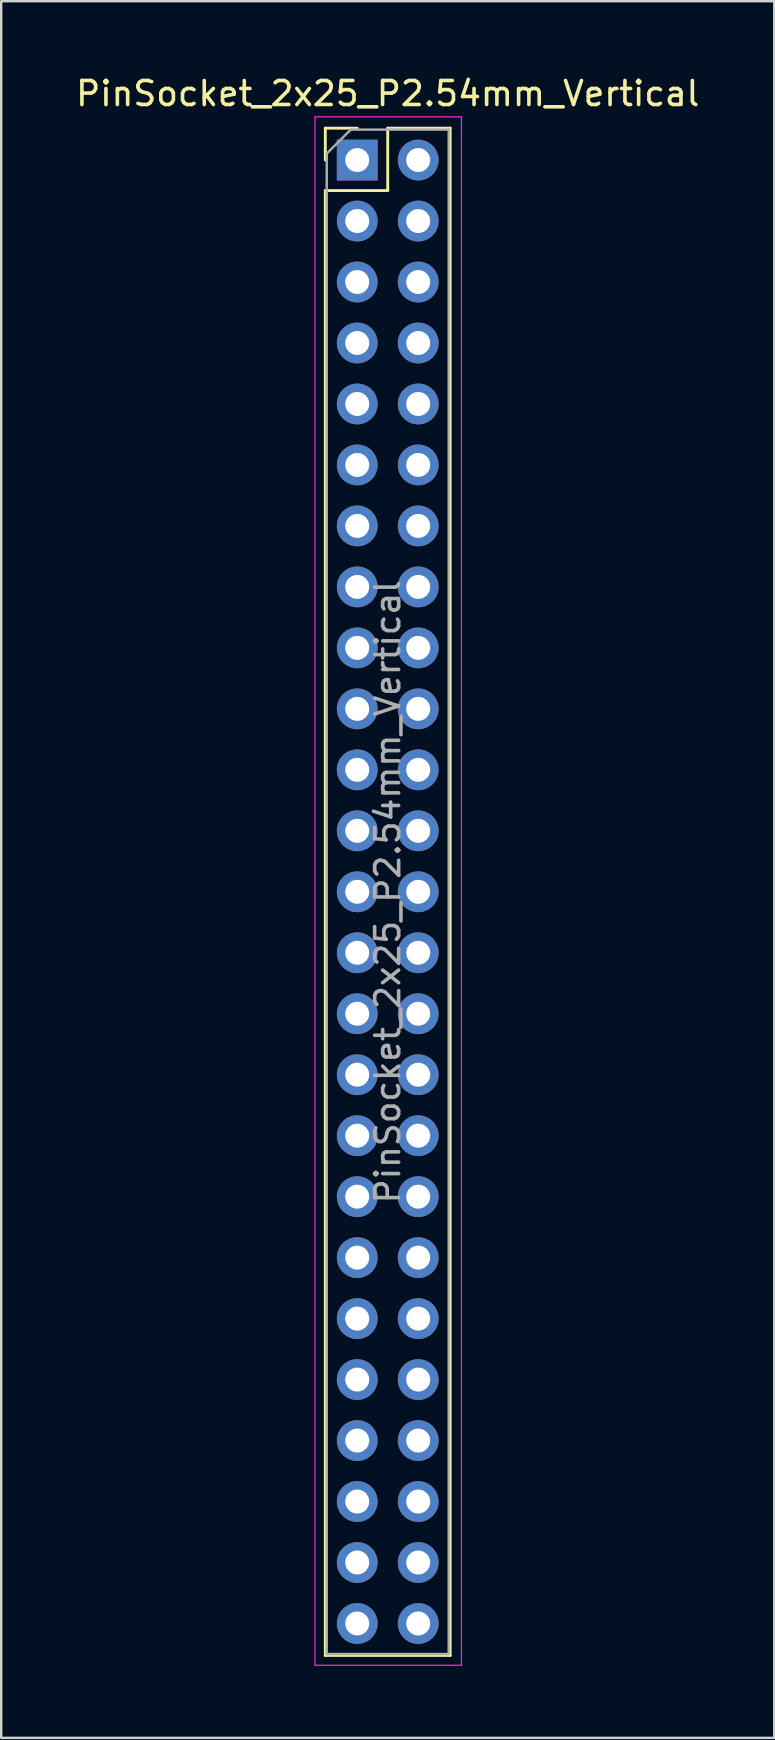
<source format=kicad_pcb>
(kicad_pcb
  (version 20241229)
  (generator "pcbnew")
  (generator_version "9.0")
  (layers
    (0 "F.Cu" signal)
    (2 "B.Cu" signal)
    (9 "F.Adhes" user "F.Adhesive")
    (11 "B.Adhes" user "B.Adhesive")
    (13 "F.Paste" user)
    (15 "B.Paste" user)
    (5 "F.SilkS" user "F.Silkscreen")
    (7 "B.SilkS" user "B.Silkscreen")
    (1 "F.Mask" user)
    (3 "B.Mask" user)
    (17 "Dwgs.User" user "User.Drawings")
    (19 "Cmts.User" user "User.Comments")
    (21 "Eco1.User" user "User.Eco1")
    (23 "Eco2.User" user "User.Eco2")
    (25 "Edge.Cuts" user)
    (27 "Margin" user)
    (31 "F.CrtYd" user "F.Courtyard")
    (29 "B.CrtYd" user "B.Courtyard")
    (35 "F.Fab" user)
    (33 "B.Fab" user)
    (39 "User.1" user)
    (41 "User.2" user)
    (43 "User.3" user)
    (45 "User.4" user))
  (footprint "PinSocket_2x25_P2.54mm_Vertical"
    (layer "F.Cu")
    (at 15.211 3.618)
    (property "Reference" "PinSocket_2x25_P2.54mm_Vertical" (at -2.11 -2.77 0) (layer "F.SilkS") (effects (font (size 1 1) (thickness 0.15))))
    (attr through_hole)
    (fp_line (start -4.71 -1.33) (end -4.71 0) (stroke (width 0.12) (type solid)) (layer "F.SilkS"))
    (fp_line (start -4.71 1.27) (end -4.71 62.29) (stroke (width 0.12) (type solid)) (layer "F.SilkS"))
    (fp_line (start -3.38 -1.33) (end -4.71 -1.33) (stroke (width 0.12) (type solid)) (layer "F.SilkS"))
    (fp_line (start -2.11 -1.33) (end -2.11 1.27) (stroke (width 0.12) (type solid)) (layer "F.SilkS"))
    (fp_line (start -2.11 1.27) (end -4.71 1.27) (stroke (width 0.12) (type solid)) (layer "F.SilkS"))
    (fp_line (start 0.49 -1.33) (end -2.11 -1.33) (stroke (width 0.12) (type solid)) (layer "F.SilkS"))
    (fp_line (start 0.49 -1.33) (end 0.49 62.29) (stroke (width 0.12) (type solid)) (layer "F.SilkS"))
    (fp_line (start 0.49 62.29) (end -4.71 62.29) (stroke (width 0.12) (type solid)) (layer "F.SilkS"))
    (fp_line (start -5.14 -1.8) (end -5.14 62.7) (stroke (width 0.05) (type solid)) (layer "F.CrtYd"))
    (fp_line (start -5.14 62.7) (end 0.96 62.7) (stroke (width 0.05) (type solid)) (layer "F.CrtYd"))
    (fp_line (start 0.96 -1.8) (end -5.14 -1.8) (stroke (width 0.05) (type solid)) (layer "F.CrtYd"))
    (fp_line (start 0.96 62.7) (end 0.96 -1.8) (stroke (width 0.05) (type solid)) (layer "F.CrtYd"))
    (fp_line (start -4.65 -0.27) (end -4.65 62.23) (stroke (width 0.1) (type solid)) (layer "F.Fab"))
    (fp_line (start -4.65 62.23) (end 0.43 62.23) (stroke (width 0.1) (type solid)) (layer "F.Fab"))
    (fp_line (start -3.65 -1.27) (end -4.65 -0.27) (stroke (width 0.1) (type solid)) (layer "F.Fab"))
    (fp_line (start 0.43 -1.27) (end -3.65 -1.27) (stroke (width 0.1) (type solid)) (layer "F.Fab"))
    (fp_line (start 0.43 62.23) (end 0.43 -1.27) (stroke (width 0.1) (type solid)) (layer "F.Fab"))
    (fp_text user "${REFERENCE}" (at -2.11 30.48 270) (layer "F.Fab") (effects (font (size 1 1) (thickness 0.15))))
    (pad "1" thru_hole rect (at -3.38 0) (size 1.7 1.7) (drill 1) (layers "*.Cu" "*.Mask"))
    (pad "2" thru_hole oval (at -0.84 0) (size 1.7 1.7) (drill 1) (layers "*.Cu" "*.Mask"))
    (pad "3" thru_hole oval (at -3.38 2.54) (size 1.7 1.7) (drill 1) (layers "*.Cu" "*.Mask"))
    (pad "4" thru_hole oval (at -0.84 2.54) (size 1.7 1.7) (drill 1) (layers "*.Cu" "*.Mask"))
    (pad "5" thru_hole oval (at -3.38 5.08) (size 1.7 1.7) (drill 1) (layers "*.Cu" "*.Mask"))
    (pad "6" thru_hole oval (at -0.84 5.08) (size 1.7 1.7) (drill 1) (layers "*.Cu" "*.Mask"))
    (pad "7" thru_hole oval (at -3.38 7.62) (size 1.7 1.7) (drill 1) (layers "*.Cu" "*.Mask"))
    (pad "8" thru_hole oval (at -0.84 7.62) (size 1.7 1.7) (drill 1) (layers "*.Cu" "*.Mask"))
    (pad "9" thru_hole oval (at -3.38 10.16) (size 1.7 1.7) (drill 1) (layers "*.Cu" "*.Mask"))
    (pad "10" thru_hole oval (at -0.84 10.16) (size 1.7 1.7) (drill 1) (layers "*.Cu" "*.Mask"))
    (pad "11" thru_hole oval (at -3.38 12.7) (size 1.7 1.7) (drill 1) (layers "*.Cu" "*.Mask"))
    (pad "12" thru_hole oval (at -0.84 12.7) (size 1.7 1.7) (drill 1) (layers "*.Cu" "*.Mask"))
    (pad "13" thru_hole oval (at -3.38 15.24) (size 1.7 1.7) (drill 1) (layers "*.Cu" "*.Mask"))
    (pad "14" thru_hole oval (at -0.84 15.24) (size 1.7 1.7) (drill 1) (layers "*.Cu" "*.Mask"))
    (pad "15" thru_hole oval (at -3.38 17.78) (size 1.7 1.7) (drill 1) (layers "*.Cu" "*.Mask"))
    (pad "16" thru_hole oval (at -0.84 17.78) (size 1.7 1.7) (drill 1) (layers "*.Cu" "*.Mask"))
    (pad "17" thru_hole oval (at -3.38 20.32) (size 1.7 1.7) (drill 1) (layers "*.Cu" "*.Mask"))
    (pad "18" thru_hole oval (at -0.84 20.32) (size 1.7 1.7) (drill 1) (layers "*.Cu" "*.Mask"))
    (pad "19" thru_hole oval (at -3.38 22.86) (size 1.7 1.7) (drill 1) (layers "*.Cu" "*.Mask"))
    (pad "20" thru_hole oval (at -0.84 22.86) (size 1.7 1.7) (drill 1) (layers "*.Cu" "*.Mask"))
    (pad "21" thru_hole oval (at -3.38 25.4) (size 1.7 1.7) (drill 1) (layers "*.Cu" "*.Mask"))
    (pad "22" thru_hole oval (at -0.84 25.4) (size 1.7 1.7) (drill 1) (layers "*.Cu" "*.Mask"))
    (pad "23" thru_hole oval (at -3.38 27.94) (size 1.7 1.7) (drill 1) (layers "*.Cu" "*.Mask"))
    (pad "24" thru_hole oval (at -0.84 27.94) (size 1.7 1.7) (drill 1) (layers "*.Cu" "*.Mask"))
    (pad "25" thru_hole oval (at -3.38 30.48) (size 1.7 1.7) (drill 1) (layers "*.Cu" "*.Mask"))
    (pad "26" thru_hole oval (at -0.84 30.48) (size 1.7 1.7) (drill 1) (layers "*.Cu" "*.Mask"))
    (pad "27" thru_hole oval (at -3.38 33.02) (size 1.7 1.7) (drill 1) (layers "*.Cu" "*.Mask"))
    (pad "28" thru_hole oval (at -0.84 33.02) (size 1.7 1.7) (drill 1) (layers "*.Cu" "*.Mask"))
    (pad "29" thru_hole oval (at -3.38 35.56) (size 1.7 1.7) (drill 1) (layers "*.Cu" "*.Mask"))
    (pad "30" thru_hole oval (at -0.84 35.56) (size 1.7 1.7) (drill 1) (layers "*.Cu" "*.Mask"))
    (pad "31" thru_hole oval (at -3.38 38.1) (size 1.7 1.7) (drill 1) (layers "*.Cu" "*.Mask"))
    (pad "32" thru_hole oval (at -0.84 38.1) (size 1.7 1.7) (drill 1) (layers "*.Cu" "*.Mask"))
    (pad "33" thru_hole oval (at -3.38 40.64) (size 1.7 1.7) (drill 1) (layers "*.Cu" "*.Mask"))
    (pad "34" thru_hole oval (at -0.84 40.64) (size 1.7 1.7) (drill 1) (layers "*.Cu" "*.Mask"))
    (pad "35" thru_hole oval (at -3.38 43.18) (size 1.7 1.7) (drill 1) (layers "*.Cu" "*.Mask"))
    (pad "36" thru_hole oval (at -0.84 43.18) (size 1.7 1.7) (drill 1) (layers "*.Cu" "*.Mask"))
    (pad "37" thru_hole oval (at -3.38 45.72) (size 1.7 1.7) (drill 1) (layers "*.Cu" "*.Mask"))
    (pad "38" thru_hole oval (at -0.84 45.72) (size 1.7 1.7) (drill 1) (layers "*.Cu" "*.Mask"))
    (pad "39" thru_hole oval (at -3.38 48.26) (size 1.7 1.7) (drill 1) (layers "*.Cu" "*.Mask"))
    (pad "40" thru_hole oval (at -0.84 48.26) (size 1.7 1.7) (drill 1) (layers "*.Cu" "*.Mask"))
    (pad "41" thru_hole oval (at -3.38 50.8) (size 1.7 1.7) (drill 1) (layers "*.Cu" "*.Mask"))
    (pad "42" thru_hole oval (at -0.84 50.8) (size 1.7 1.7) (drill 1) (layers "*.Cu" "*.Mask"))
    (pad "43" thru_hole oval (at -3.38 53.34) (size 1.7 1.7) (drill 1) (layers "*.Cu" "*.Mask"))
    (pad "44" thru_hole oval (at -0.84 53.34) (size 1.7 1.7) (drill 1) (layers "*.Cu" "*.Mask"))
    (pad "45" thru_hole oval (at -3.38 55.88) (size 1.7 1.7) (drill 1) (layers "*.Cu" "*.Mask"))
    (pad "46" thru_hole oval (at -0.84 55.88) (size 1.7 1.7) (drill 1) (layers "*.Cu" "*.Mask"))
    (pad "47" thru_hole oval (at -3.38 58.42) (size 1.7 1.7) (drill 1) (layers "*.Cu" "*.Mask"))
    (pad "48" thru_hole oval (at -0.84 58.42) (size 1.7 1.7) (drill 1) (layers "*.Cu" "*.Mask"))
    (pad "49" thru_hole oval (at -3.38 60.96) (size 1.7 1.7) (drill 1) (layers "*.Cu" "*.Mask"))
    (pad "50" thru_hole oval (at -0.84 60.96) (size 1.7 1.7) (drill 1) (layers "*.Cu" "*.Mask")))
  (gr_rect
    (start -3 -3)
    (end 29.202 69.343)
    (stroke (width 0.1) (type default))
    (fill no)
    (layer "Edge.Cuts")))
</source>
